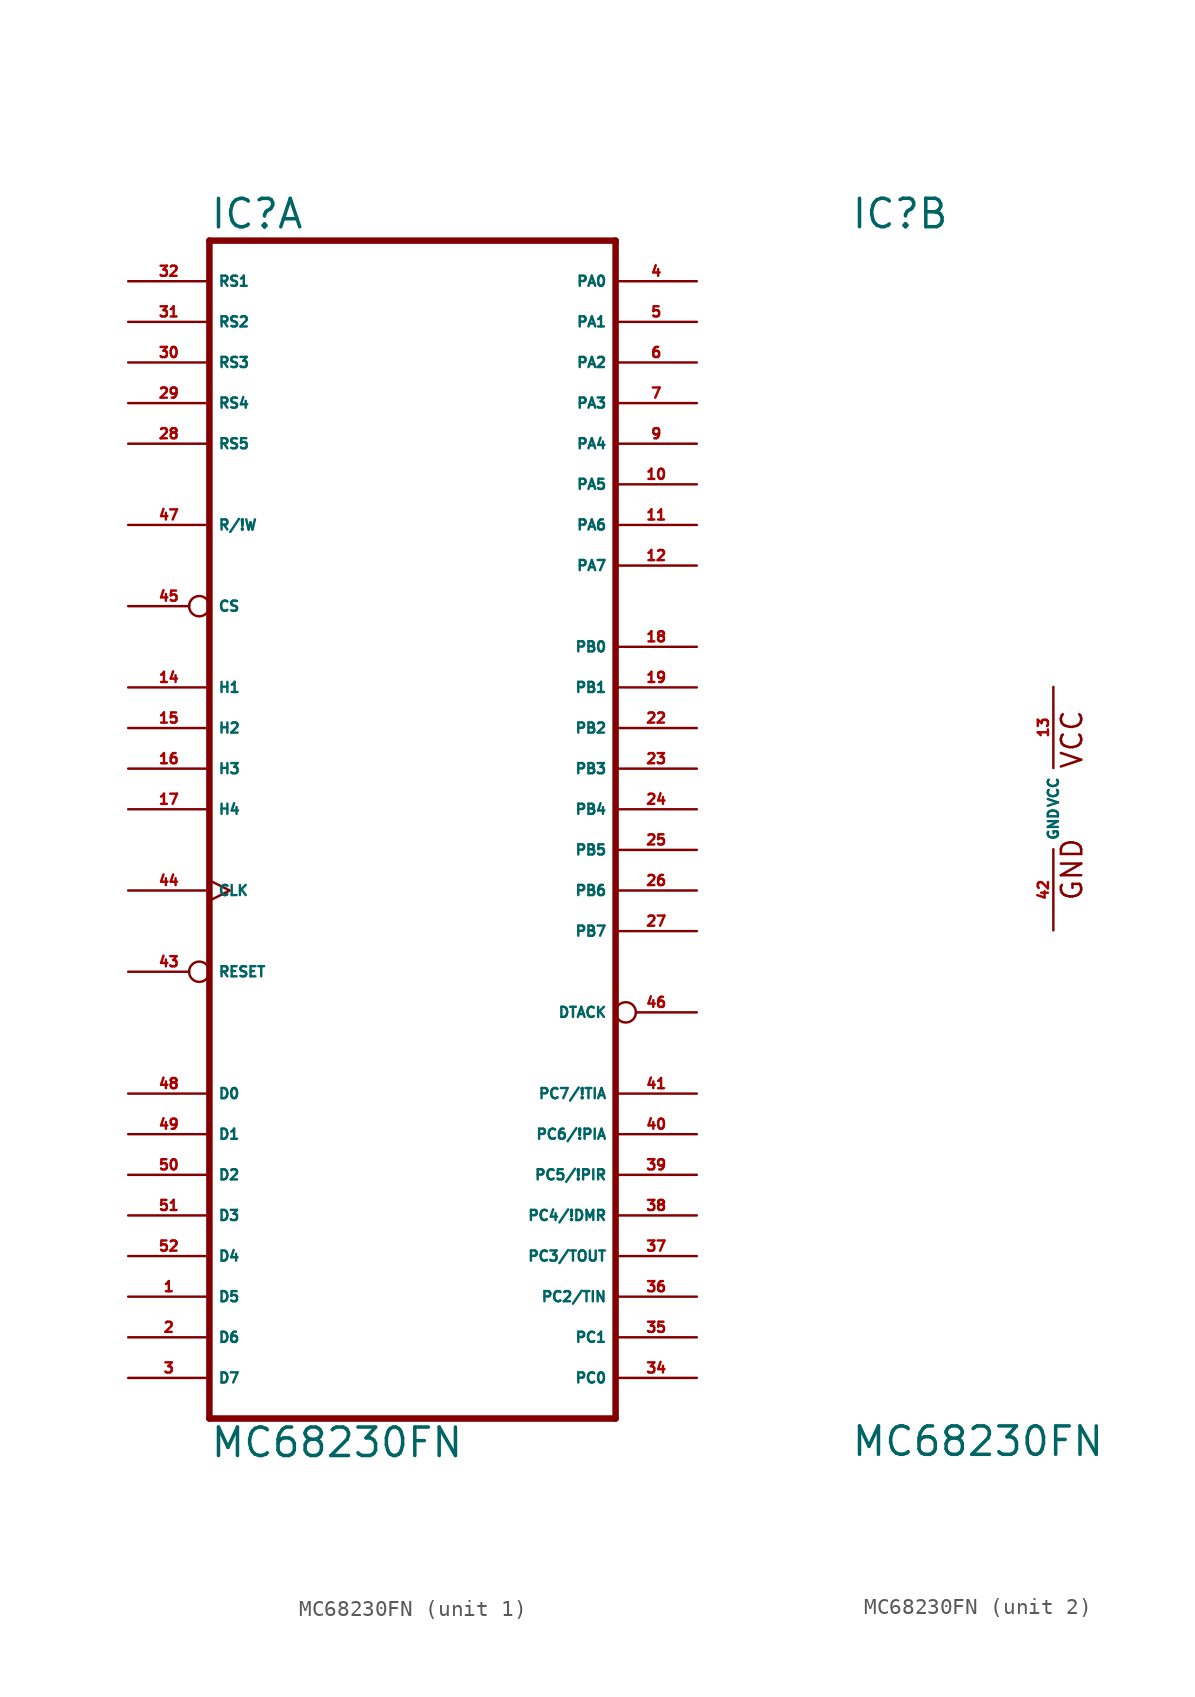
<source format=kicad_sym>
(kicad_symbol_lib
  (version 20220914)
  (generator Eagle2Kicad)
  (symbol "MC68230FN"
    (property "Reference" "IC"
      (at -12.7 36.195 0)
      (effects (font (size 1.778 1.778) (thickness 0.22)) (justify left bottom)))
    (property "Value" "MC68230FN"
      (at -12.7 -40.64 0)
      (effects (font (size 1.778 1.778) (thickness 0.22)) (justify left bottom)))
    (symbol "MC68230FN_1_0"
      (polyline (pts (xy -12.7 -38.1) (xy 12.7 -38.1)) (stroke (width 0.406) (type default)) (fill (type none)))
      (polyline (pts (xy 12.7 -38.1) (xy 12.7 35.56)) (stroke (width 0.406) (type default)) (fill (type none)))
      (polyline (pts (xy 12.7 35.56) (xy -12.7 35.56)) (stroke (width 0.406) (type default)) (fill (type none)))
      (polyline (pts (xy -12.7 -38.1) (xy -12.7 35.56)) (stroke (width 0.406) (type default)) (fill (type none)))
      (pin input line (at -17.78 33.02 0) (length 5.08) (name "RS1" (effects (font (size 0.635 0.635) (thickness 0.08)) (justify left bottom))) (number "32" (effects (font (size 0.635 0.635) (thickness 0.08)) (justify left bottom))))
      (pin input line (at -17.78 30.48 0) (length 5.08) (name "RS2" (effects (font (size 0.635 0.635) (thickness 0.08)) (justify left bottom))) (number "31" (effects (font (size 0.635 0.635) (thickness 0.08)) (justify left bottom))))
      (pin input line (at -17.78 27.94 0) (length 5.08) (name "RS3" (effects (font (size 0.635 0.635) (thickness 0.08)) (justify left bottom))) (number "30" (effects (font (size 0.635 0.635) (thickness 0.08)) (justify left bottom))))
      (pin input line (at -17.78 25.4 0) (length 5.08) (name "RS4" (effects (font (size 0.635 0.635) (thickness 0.08)) (justify left bottom))) (number "29" (effects (font (size 0.635 0.635) (thickness 0.08)) (justify left bottom))))
      (pin input line (at -17.78 22.86 0) (length 5.08) (name "RS5" (effects (font (size 0.635 0.635) (thickness 0.08)) (justify left bottom))) (number "28" (effects (font (size 0.635 0.635) (thickness 0.08)) (justify left bottom))))
      (pin input line (at -17.78 17.78 0) (length 5.08) (name "R/!W" (effects (font (size 0.635 0.635) (thickness 0.08)) (justify left bottom))) (number "47" (effects (font (size 0.635 0.635) (thickness 0.08)) (justify left bottom))))
      (pin input inverted (at -17.78 12.7 0) (length 5.08) (name "CS" (effects (font (size 0.635 0.635) (thickness 0.08)) (justify left bottom))) (number "45" (effects (font (size 0.635 0.635) (thickness 0.08)) (justify left bottom))))
      (pin input line (at -17.78 7.62 0) (length 5.08) (name "H1" (effects (font (size 0.635 0.635) (thickness 0.08)) (justify left bottom))) (number "14" (effects (font (size 0.635 0.635) (thickness 0.08)) (justify left bottom))))
      (pin bidirectional line (at -17.78 5.08 0) (length 5.08) (name "H2" (effects (font (size 0.635 0.635) (thickness 0.08)) (justify left bottom))) (number "15" (effects (font (size 0.635 0.635) (thickness 0.08)) (justify left bottom))))
      (pin input line (at -17.78 2.54 0) (length 5.08) (name "H3" (effects (font (size 0.635 0.635) (thickness 0.08)) (justify left bottom))) (number "16" (effects (font (size 0.635 0.635) (thickness 0.08)) (justify left bottom))))
      (pin bidirectional line (at -17.78 0 0) (length 5.08) (name "H4" (effects (font (size 0.635 0.635) (thickness 0.08)) (justify left bottom))) (number "17" (effects (font (size 0.635 0.635) (thickness 0.08)) (justify left bottom))))
      (pin input clock (at -17.78 -5.08 0) (length 5.08) (name "CLK" (effects (font (size 0.635 0.635) (thickness 0.08)) (justify left bottom))) (number "44" (effects (font (size 0.635 0.635) (thickness 0.08)) (justify left bottom))))
      (pin bidirectional line (at -17.78 -17.78 0) (length 5.08) (name "D0" (effects (font (size 0.635 0.635) (thickness 0.08)) (justify left bottom))) (number "48" (effects (font (size 0.635 0.635) (thickness 0.08)) (justify left bottom))))
      (pin bidirectional line (at -17.78 -20.32 0) (length 5.08) (name "D1" (effects (font (size 0.635 0.635) (thickness 0.08)) (justify left bottom))) (number "49" (effects (font (size 0.635 0.635) (thickness 0.08)) (justify left bottom))))
      (pin bidirectional line (at -17.78 -22.86 0) (length 5.08) (name "D2" (effects (font (size 0.635 0.635) (thickness 0.08)) (justify left bottom))) (number "50" (effects (font (size 0.635 0.635) (thickness 0.08)) (justify left bottom))))
      (pin bidirectional line (at -17.78 -25.4 0) (length 5.08) (name "D3" (effects (font (size 0.635 0.635) (thickness 0.08)) (justify left bottom))) (number "51" (effects (font (size 0.635 0.635) (thickness 0.08)) (justify left bottom))))
      (pin bidirectional line (at -17.78 -27.94 0) (length 5.08) (name "D4" (effects (font (size 0.635 0.635) (thickness 0.08)) (justify left bottom))) (number "52" (effects (font (size 0.635 0.635) (thickness 0.08)) (justify left bottom))))
      (pin bidirectional line (at -17.78 -30.48 0) (length 5.08) (name "D5" (effects (font (size 0.635 0.635) (thickness 0.08)) (justify left bottom))) (number "1" (effects (font (size 0.635 0.635) (thickness 0.08)) (justify left bottom))))
      (pin bidirectional line (at -17.78 -33.02 0) (length 5.08) (name "D6" (effects (font (size 0.635 0.635) (thickness 0.08)) (justify left bottom))) (number "2" (effects (font (size 0.635 0.635) (thickness 0.08)) (justify left bottom))))
      (pin bidirectional line (at -17.78 -35.56 0) (length 5.08) (name "D7" (effects (font (size 0.635 0.635) (thickness 0.08)) (justify left bottom))) (number "3" (effects (font (size 0.635 0.635) (thickness 0.08)) (justify left bottom))))
      (pin bidirectional line (at 17.78 33.02 180) (length 5.08) (name "PA0" (effects (font (size 0.635 0.635) (thickness 0.08)) (justify left bottom))) (number "4" (effects (font (size 0.635 0.635) (thickness 0.08)) (justify left bottom))))
      (pin bidirectional line (at 17.78 30.48 180) (length 5.08) (name "PA1" (effects (font (size 0.635 0.635) (thickness 0.08)) (justify left bottom))) (number "5" (effects (font (size 0.635 0.635) (thickness 0.08)) (justify left bottom))))
      (pin bidirectional line (at 17.78 27.94 180) (length 5.08) (name "PA2" (effects (font (size 0.635 0.635) (thickness 0.08)) (justify left bottom))) (number "6" (effects (font (size 0.635 0.635) (thickness 0.08)) (justify left bottom))))
      (pin bidirectional line (at 17.78 25.4 180) (length 5.08) (name "PA3" (effects (font (size 0.635 0.635) (thickness 0.08)) (justify left bottom))) (number "7" (effects (font (size 0.635 0.635) (thickness 0.08)) (justify left bottom))))
      (pin bidirectional line (at 17.78 22.86 180) (length 5.08) (name "PA4" (effects (font (size 0.635 0.635) (thickness 0.08)) (justify left bottom))) (number "9" (effects (font (size 0.635 0.635) (thickness 0.08)) (justify left bottom))))
      (pin bidirectional line (at 17.78 20.32 180) (length 5.08) (name "PA5" (effects (font (size 0.635 0.635) (thickness 0.08)) (justify left bottom))) (number "10" (effects (font (size 0.635 0.635) (thickness 0.08)) (justify left bottom))))
      (pin bidirectional line (at 17.78 17.78 180) (length 5.08) (name "PA6" (effects (font (size 0.635 0.635) (thickness 0.08)) (justify left bottom))) (number "11" (effects (font (size 0.635 0.635) (thickness 0.08)) (justify left bottom))))
      (pin bidirectional line (at 17.78 15.24 180) (length 5.08) (name "PA7" (effects (font (size 0.635 0.635) (thickness 0.08)) (justify left bottom))) (number "12" (effects (font (size 0.635 0.635) (thickness 0.08)) (justify left bottom))))
      (pin bidirectional line (at 17.78 10.16 180) (length 5.08) (name "PB0" (effects (font (size 0.635 0.635) (thickness 0.08)) (justify left bottom))) (number "18" (effects (font (size 0.635 0.635) (thickness 0.08)) (justify left bottom))))
      (pin bidirectional line (at 17.78 7.62 180) (length 5.08) (name "PB1" (effects (font (size 0.635 0.635) (thickness 0.08)) (justify left bottom))) (number "19" (effects (font (size 0.635 0.635) (thickness 0.08)) (justify left bottom))))
      (pin bidirectional line (at 17.78 5.08 180) (length 5.08) (name "PB2" (effects (font (size 0.635 0.635) (thickness 0.08)) (justify left bottom))) (number "22" (effects (font (size 0.635 0.635) (thickness 0.08)) (justify left bottom))))
      (pin bidirectional line (at 17.78 2.54 180) (length 5.08) (name "PB3" (effects (font (size 0.635 0.635) (thickness 0.08)) (justify left bottom))) (number "23" (effects (font (size 0.635 0.635) (thickness 0.08)) (justify left bottom))))
      (pin bidirectional line (at 17.78 0 180) (length 5.08) (name "PB4" (effects (font (size 0.635 0.635) (thickness 0.08)) (justify left bottom))) (number "24" (effects (font (size 0.635 0.635) (thickness 0.08)) (justify left bottom))))
      (pin bidirectional line (at 17.78 -2.54 180) (length 5.08) (name "PB5" (effects (font (size 0.635 0.635) (thickness 0.08)) (justify left bottom))) (number "25" (effects (font (size 0.635 0.635) (thickness 0.08)) (justify left bottom))))
      (pin bidirectional line (at 17.78 -5.08 180) (length 5.08) (name "PB6" (effects (font (size 0.635 0.635) (thickness 0.08)) (justify left bottom))) (number "26" (effects (font (size 0.635 0.635) (thickness 0.08)) (justify left bottom))))
      (pin bidirectional line (at 17.78 -7.62 180) (length 5.08) (name "PB7" (effects (font (size 0.635 0.635) (thickness 0.08)) (justify left bottom))) (number "27" (effects (font (size 0.635 0.635) (thickness 0.08)) (justify left bottom))))
      (pin bidirectional line (at 17.78 -17.78 180) (length 5.08) (name "PC7/!TIA" (effects (font (size 0.635 0.635) (thickness 0.08)) (justify left bottom))) (number "41" (effects (font (size 0.635 0.635) (thickness 0.08)) (justify left bottom))))
      (pin bidirectional line (at 17.78 -20.32 180) (length 5.08) (name "PC6/!PIA" (effects (font (size 0.635 0.635) (thickness 0.08)) (justify left bottom))) (number "40" (effects (font (size 0.635 0.635) (thickness 0.08)) (justify left bottom))))
      (pin bidirectional line (at 17.78 -22.86 180) (length 5.08) (name "PC5/!PIR" (effects (font (size 0.635 0.635) (thickness 0.08)) (justify left bottom))) (number "39" (effects (font (size 0.635 0.635) (thickness 0.08)) (justify left bottom))))
      (pin bidirectional line (at 17.78 -25.4 180) (length 5.08) (name "PC4/!DMR" (effects (font (size 0.635 0.635) (thickness 0.08)) (justify left bottom))) (number "38" (effects (font (size 0.635 0.635) (thickness 0.08)) (justify left bottom))))
      (pin bidirectional line (at 17.78 -27.94 180) (length 5.08) (name "PC3/TOUT" (effects (font (size 0.635 0.635) (thickness 0.08)) (justify left bottom))) (number "37" (effects (font (size 0.635 0.635) (thickness 0.08)) (justify left bottom))))
      (pin bidirectional line (at 17.78 -33.02 180) (length 5.08) (name "PC1" (effects (font (size 0.635 0.635) (thickness 0.08)) (justify left bottom))) (number "35" (effects (font (size 0.635 0.635) (thickness 0.08)) (justify left bottom))))
      (pin bidirectional line (at 17.78 -30.48 180) (length 5.08) (name "PC2/TIN" (effects (font (size 0.635 0.635) (thickness 0.08)) (justify left bottom))) (number "36" (effects (font (size 0.635 0.635) (thickness 0.08)) (justify left bottom))))
      (pin bidirectional line (at 17.78 -35.56 180) (length 5.08) (name "PC0" (effects (font (size 0.635 0.635) (thickness 0.08)) (justify left bottom))) (number "34" (effects (font (size 0.635 0.635) (thickness 0.08)) (justify left bottom))))
      (pin input inverted (at -17.78 -10.16 0) (length 5.08) (name "RESET" (effects (font (size 0.635 0.635) (thickness 0.08)) (justify left bottom))) (number "43" (effects (font (size 0.635 0.635) (thickness 0.08)) (justify left bottom))))
      (pin output inverted (at 17.78 -12.7 180) (length 5.08) (name "DTACK" (effects (font (size 0.635 0.635) (thickness 0.08)) (justify left bottom))) (number "46" (effects (font (size 0.635 0.635) (thickness 0.08)) (justify left bottom)))))
    (symbol "MC68230FN_2_0"
      (text "GND" (at 1.905 -5.842 900) (effects (font (size 1.27 1.27) (thickness 0.16)) (justify left bottom)))
      (text "VCC" (at 1.905 2.413 900) (effects (font (size 1.27 1.27) (thickness 0.16)) (justify left bottom)))
      (pin unspecified line (at 0 -7.62 90) (length 5.08) (name "GND" (effects (font (size 0.635 0.635) (thickness 0.08)) (justify left bottom))) (number "42" (effects (font (size 0.635 0.635) (thickness 0.08)) (justify left bottom))))
      (pin unspecified line (at 0 7.62 270) (length 5.08) (name "VCC" (effects (font (size 0.635 0.635) (thickness 0.08)) (justify left bottom))) (number "13" (effects (font (size 0.635 0.635) (thickness 0.08)) (justify left bottom)))))))
</source>
